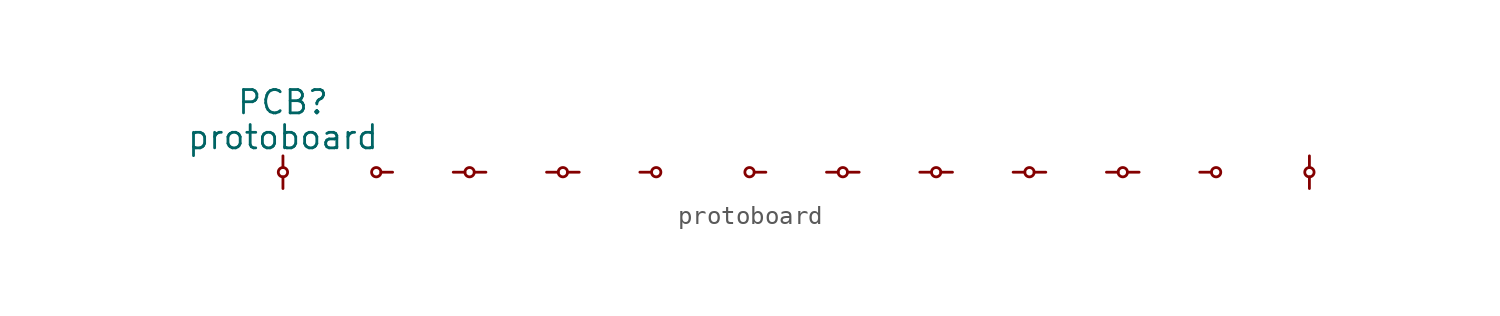
<source format=kicad_sym>
(kicad_symbol_lib
  (version 20220914)
  (generator kicad_symbol_editor)
  (symbol "protoboard"
    (pin_names
      (offset 1.016))
    (property "Reference" "PCB"
      (at 0 3.81 0)
      (effects (font (size 1.27 1.27))))
    (property "Value" "protoboard"
      (at 0 1.905 0)
      (effects (font (size 1.27 1.27))))
    (symbol "protoboard_0_1"
      (polyline (pts (xy 0 -0.254) (xy 0 -0.889)) (stroke (width 0) (type default)) (fill (type none)))
      (polyline (pts (xy 0 0.254) (xy 0 0.889)) (stroke (width 0) (type default)) (fill (type none)))
      (polyline (pts (xy 5.334 0) (xy 5.969 0)) (stroke (width 0) (type default)) (fill (type none)))
      (polyline (pts (xy 9.906 0) (xy 9.271 0)) (stroke (width 0) (type default)) (fill (type none)))
      (polyline (pts (xy 10.414 0) (xy 11.049 0)) (stroke (width 0) (type default)) (fill (type none)))
      (polyline (pts (xy 14.986 0) (xy 14.351 0)) (stroke (width 0) (type default)) (fill (type none)))
      (polyline (pts (xy 15.494 0) (xy 16.129 0)) (stroke (width 0) (type default)) (fill (type none)))
      (polyline (pts (xy 20.066 0) (xy 19.431 0)) (stroke (width 0) (type default)) (fill (type none)))
      (polyline (pts (xy 25.654 0) (xy 26.289 0)) (stroke (width 0) (type default)) (fill (type none)))
      (polyline (pts (xy 30.226 0) (xy 29.591 0)) (stroke (width 0) (type default)) (fill (type none)))
      (polyline (pts (xy 30.734 0) (xy 31.369 0)) (stroke (width 0) (type default)) (fill (type none)))
      (polyline (pts (xy 35.306 0) (xy 34.671 0)) (stroke (width 0) (type default)) (fill (type none)))
      (polyline (pts (xy 35.814 0) (xy 36.449 0)) (stroke (width 0) (type default)) (fill (type none)))
      (polyline (pts (xy 40.386 0) (xy 39.751 0)) (stroke (width 0) (type default)) (fill (type none)))
      (polyline (pts (xy 40.894 0) (xy 41.529 0)) (stroke (width 0) (type default)) (fill (type none)))
      (polyline (pts (xy 45.466 0) (xy 44.831 0)) (stroke (width 0) (type default)) (fill (type none)))
      (polyline (pts (xy 45.974 0) (xy 46.609 0)) (stroke (width 0) (type default)) (fill (type none)))
      (polyline (pts (xy 50.546 0) (xy 49.911 0)) (stroke (width 0) (type default)) (fill (type none)))
      (polyline (pts (xy 55.88 -0.254) (xy 55.88 -0.889)) (stroke (width 0) (type default)) (fill (type none)))
      (polyline (pts (xy 55.88 0.254) (xy 55.88 0.889)) (stroke (width 0) (type default)) (fill (type none)))
      (circle (center 0 0) (radius 0.254) (stroke (width 0) (type default)) (fill (type none)))
      (circle (center 5.08 0) (radius 0.254) (stroke (width 0) (type default)) (fill (type none)))
      (circle (center 10.16 0) (radius 0.254) (stroke (width 0) (type default)) (fill (type none)))
      (circle (center 15.24 0) (radius 0.254) (stroke (width 0) (type default)) (fill (type none)))
      (circle (center 20.32 0) (radius 0.254) (stroke (width 0) (type default)) (fill (type none)))
      (circle (center 25.4 0) (radius 0.254) (stroke (width 0) (type default)) (fill (type none)))
      (circle (center 30.48 0) (radius 0.254) (stroke (width 0) (type default)) (fill (type none)))
      (circle (center 35.56 0) (radius 0.254) (stroke (width 0) (type default)) (fill (type none)))
      (circle (center 40.64 0) (radius 0.254) (stroke (width 0) (type default)) (fill (type none)))
      (circle (center 45.72 0) (radius 0.254) (stroke (width 0) (type default)) (fill (type none)))
      (circle (center 50.8 0) (radius 0.254) (stroke (width 0) (type default)) (fill (type none)))
      (circle (center 55.88 0) (radius 0.254) (stroke (width 0) (type default)) (fill (type none))))))
</source>
